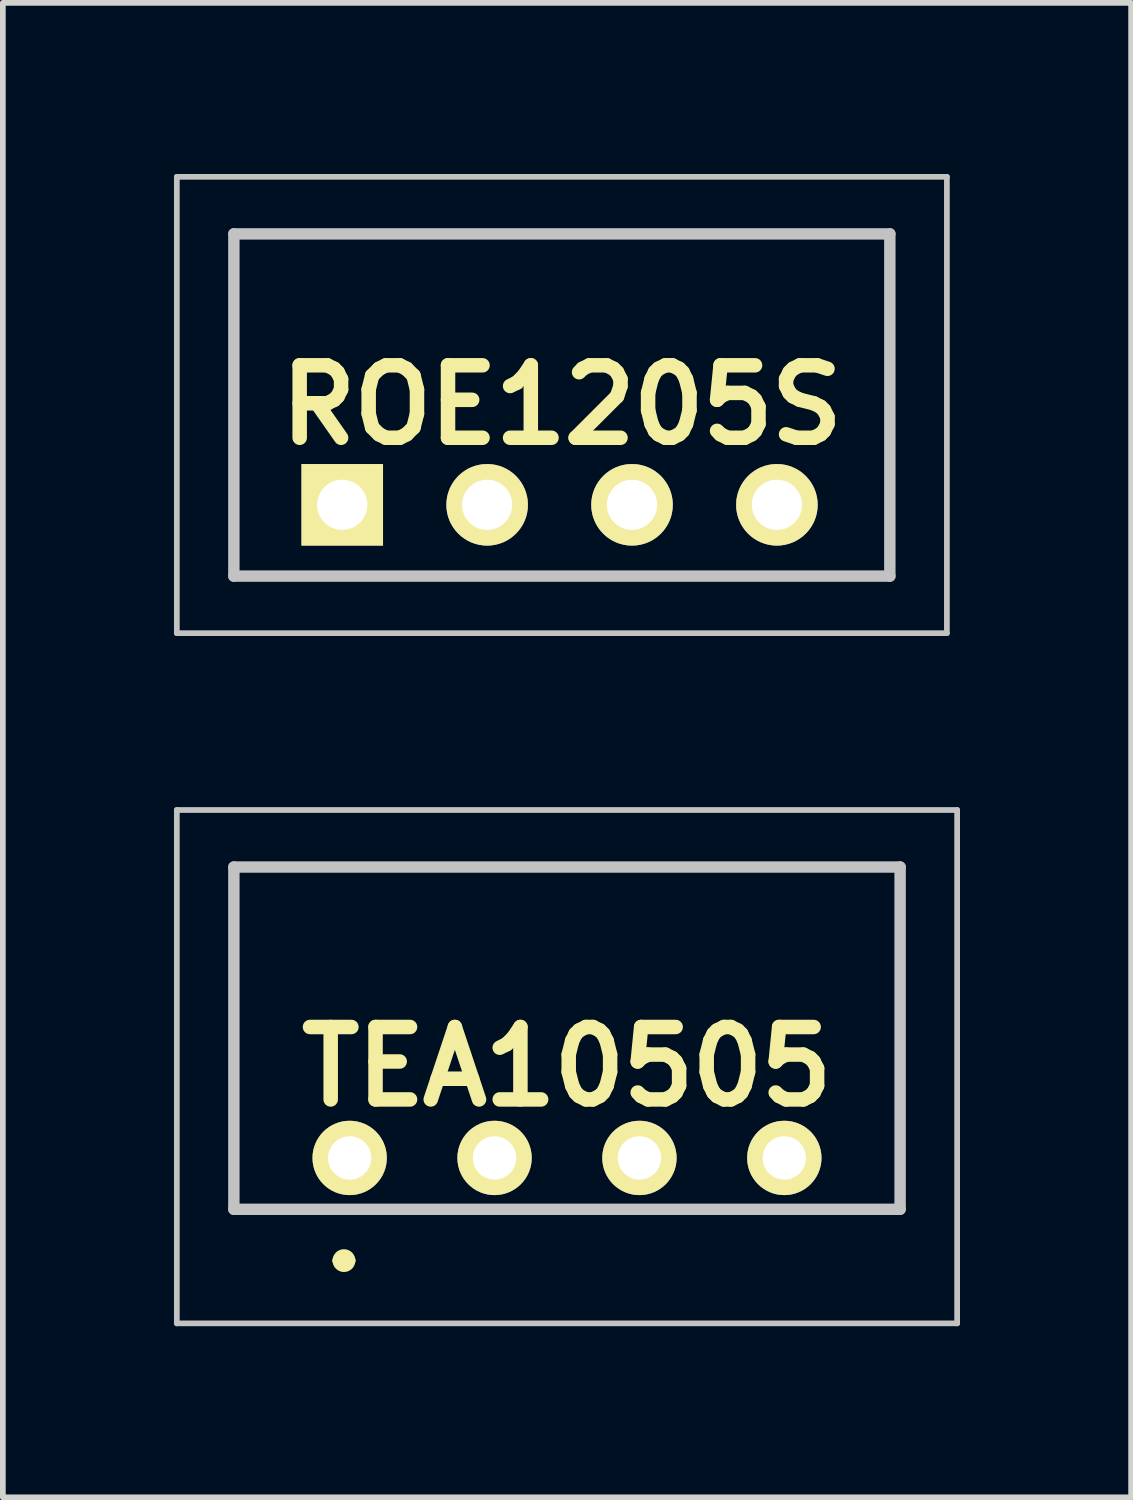
<source format=kicad_pcb>
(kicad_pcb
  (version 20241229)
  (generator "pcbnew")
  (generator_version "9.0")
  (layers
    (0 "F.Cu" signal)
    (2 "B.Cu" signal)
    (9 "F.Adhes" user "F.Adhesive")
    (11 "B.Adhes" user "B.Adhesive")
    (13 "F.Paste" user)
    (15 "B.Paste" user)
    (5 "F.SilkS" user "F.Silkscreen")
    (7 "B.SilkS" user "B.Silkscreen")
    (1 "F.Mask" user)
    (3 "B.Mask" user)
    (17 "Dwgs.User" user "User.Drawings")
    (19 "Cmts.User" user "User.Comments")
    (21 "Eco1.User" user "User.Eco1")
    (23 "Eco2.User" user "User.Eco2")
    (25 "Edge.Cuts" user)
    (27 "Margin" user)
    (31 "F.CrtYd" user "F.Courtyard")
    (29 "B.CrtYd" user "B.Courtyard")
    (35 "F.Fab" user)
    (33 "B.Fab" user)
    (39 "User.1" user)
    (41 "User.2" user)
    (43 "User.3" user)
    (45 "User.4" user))
  (footprint "ROE1205S"
    (layer "F.Cu")
    (at 2.95 5.8)
    (property "Reference" "ROE1205S" (at 3.85 -1.75 0) (layer "F.SilkS") (effects (font (size 1.27 1.27) (thickness 0.254))))
    (attr through_hole)
    (fp_line (start -1.9 -4.75) (end 9.6 -4.75) (stroke (width 0.1) (type solid)) (layer "F.SilkS"))
    (fp_line (start -1.9 1.25) (end -1.9 -4.75) (stroke (width 0.1) (type solid)) (layer "F.SilkS"))
    (fp_line (start 9.6 -4.75) (end 9.6 1.25) (stroke (width 0.1) (type solid)) (layer "F.SilkS"))
    (fp_line (start 9.6 1.25) (end -1.9 1.25) (stroke (width 0.1) (type solid)) (layer "F.SilkS"))
    (fp_line (start -2.9 -5.75) (end 10.6 -5.75) (stroke (width 0.1) (type solid)) (layer "Dwgs.User"))
    (fp_line (start -2.9 2.25) (end -2.9 -5.75) (stroke (width 0.1) (type solid)) (layer "Dwgs.User"))
    (fp_line (start -1.9 -4.75) (end 9.6 -4.75) (stroke (width 0.2) (type solid)) (layer "Dwgs.User"))
    (fp_line (start -1.9 1.25) (end -1.9 -4.75) (stroke (width 0.2) (type solid)) (layer "Dwgs.User"))
    (fp_line (start 9.6 -4.75) (end 9.6 1.25) (stroke (width 0.2) (type solid)) (layer "Dwgs.User"))
    (fp_line (start 9.6 1.25) (end -1.9 1.25) (stroke (width 0.2) (type solid)) (layer "Dwgs.User"))
    (fp_line (start 10.6 -5.75) (end 10.6 2.25) (stroke (width 0.1) (type solid)) (layer "Dwgs.User"))
    (fp_line (start 10.6 2.25) (end -2.9 2.25) (stroke (width 0.1) (type solid)) (layer "Dwgs.User"))
    (pad "1" thru_hole rect (at 0 0 90) (size 1.43 1.43) (drill 0.88) (layers "*.Cu" "*.Mask" "F.SilkS"))
    (pad "2" thru_hole circle (at 2.54 0 90) (size 1.43 1.43) (drill 0.88) (layers "*.Cu" "*.Mask" "F.SilkS"))
    (pad "3" thru_hole circle (at 5.08 0 90) (size 1.43 1.43) (drill 0.88) (layers "*.Cu" "*.Mask" "F.SilkS"))
    (pad "4" thru_hole circle (at 7.62 0 90) (size 1.43 1.43) (drill 0.88) (layers "*.Cu" "*.Mask" "F.SilkS")))
  (footprint "TEA10505"
    (layer "F.Cu")
    (at 3.08 17.25)
    (property "Reference" "TEA10505" (at 3.81 -1.6 0) (layer "F.SilkS") (effects (font (size 1.27 1.27) (thickness 0.254))))
    (attr through_hole)
    (fp_line (start -2.03 -5.1) (end 9.65 -5.1) (stroke (width 0.1) (type solid)) (layer "F.SilkS"))
    (fp_line (start -2.03 0.9) (end -2.03 -5.1) (stroke (width 0.1) (type solid)) (layer "F.SilkS"))
    (fp_line (start -0.2 1.8) (end -0.2 1.8) (stroke (width 0.2) (type solid)) (layer "F.SilkS"))
    (fp_line (start 0 1.8) (end 0 1.8) (stroke (width 0.2) (type solid)) (layer "F.SilkS"))
    (fp_line (start 9.65 -5.1) (end 9.65 0.9) (stroke (width 0.1) (type solid)) (layer "F.SilkS"))
    (fp_line (start 9.65 0.9) (end -2.03 0.9) (stroke (width 0.1) (type solid)) (layer "F.SilkS"))
    (fp_arc (start -0.2 1.8) (mid -0.1 1.7) (end 0 1.8) (stroke (width 0.2) (type solid)) (layer "F.SilkS"))
    (fp_arc (start 0 1.8) (mid -0.1 1.9) (end -0.2 1.8) (stroke (width 0.2) (type solid)) (layer "F.SilkS"))
    (fp_line (start -3.03 -6.1) (end 10.65 -6.1) (stroke (width 0.1) (type solid)) (layer "Dwgs.User"))
    (fp_line (start -3.03 2.9) (end -3.03 -6.1) (stroke (width 0.1) (type solid)) (layer "Dwgs.User"))
    (fp_line (start -2.03 -5.1) (end 9.65 -5.1) (stroke (width 0.2) (type solid)) (layer "Dwgs.User"))
    (fp_line (start -2.03 0.9) (end -2.03 -5.1) (stroke (width 0.2) (type solid)) (layer "Dwgs.User"))
    (fp_line (start 9.65 -5.1) (end 9.65 0.9) (stroke (width 0.2) (type solid)) (layer "Dwgs.User"))
    (fp_line (start 9.65 0.9) (end -2.03 0.9) (stroke (width 0.2) (type solid)) (layer "Dwgs.User"))
    (fp_line (start 10.65 -6.1) (end 10.65 2.9) (stroke (width 0.1) (type solid)) (layer "Dwgs.User"))
    (fp_line (start 10.65 2.9) (end -3.03 2.9) (stroke (width 0.1) (type solid)) (layer "Dwgs.User"))
    (pad "1" thru_hole circle (at 0 0 90) (size 1.303 1.303) (drill 0.76) (layers "*.Cu" "*.Mask" "F.SilkS"))
    (pad "2" thru_hole circle (at 2.54 0 90) (size 1.303 1.303) (drill 0.76) (layers "*.Cu" "*.Mask" "F.SilkS"))
    (pad "3" thru_hole circle (at 5.08 0 90) (size 1.303 1.303) (drill 0.76) (layers "*.Cu" "*.Mask" "F.SilkS"))
    (pad "4" thru_hole circle (at 7.62 0 90) (size 1.303 1.303) (drill 0.76) (layers "*.Cu" "*.Mask" "F.SilkS")))
  (gr_rect
    (start -3 -3)
    (end 16.78 23.2)
    (stroke (width 0.1) (type default))
    (fill no)
    (layer "Edge.Cuts")))
</source>
